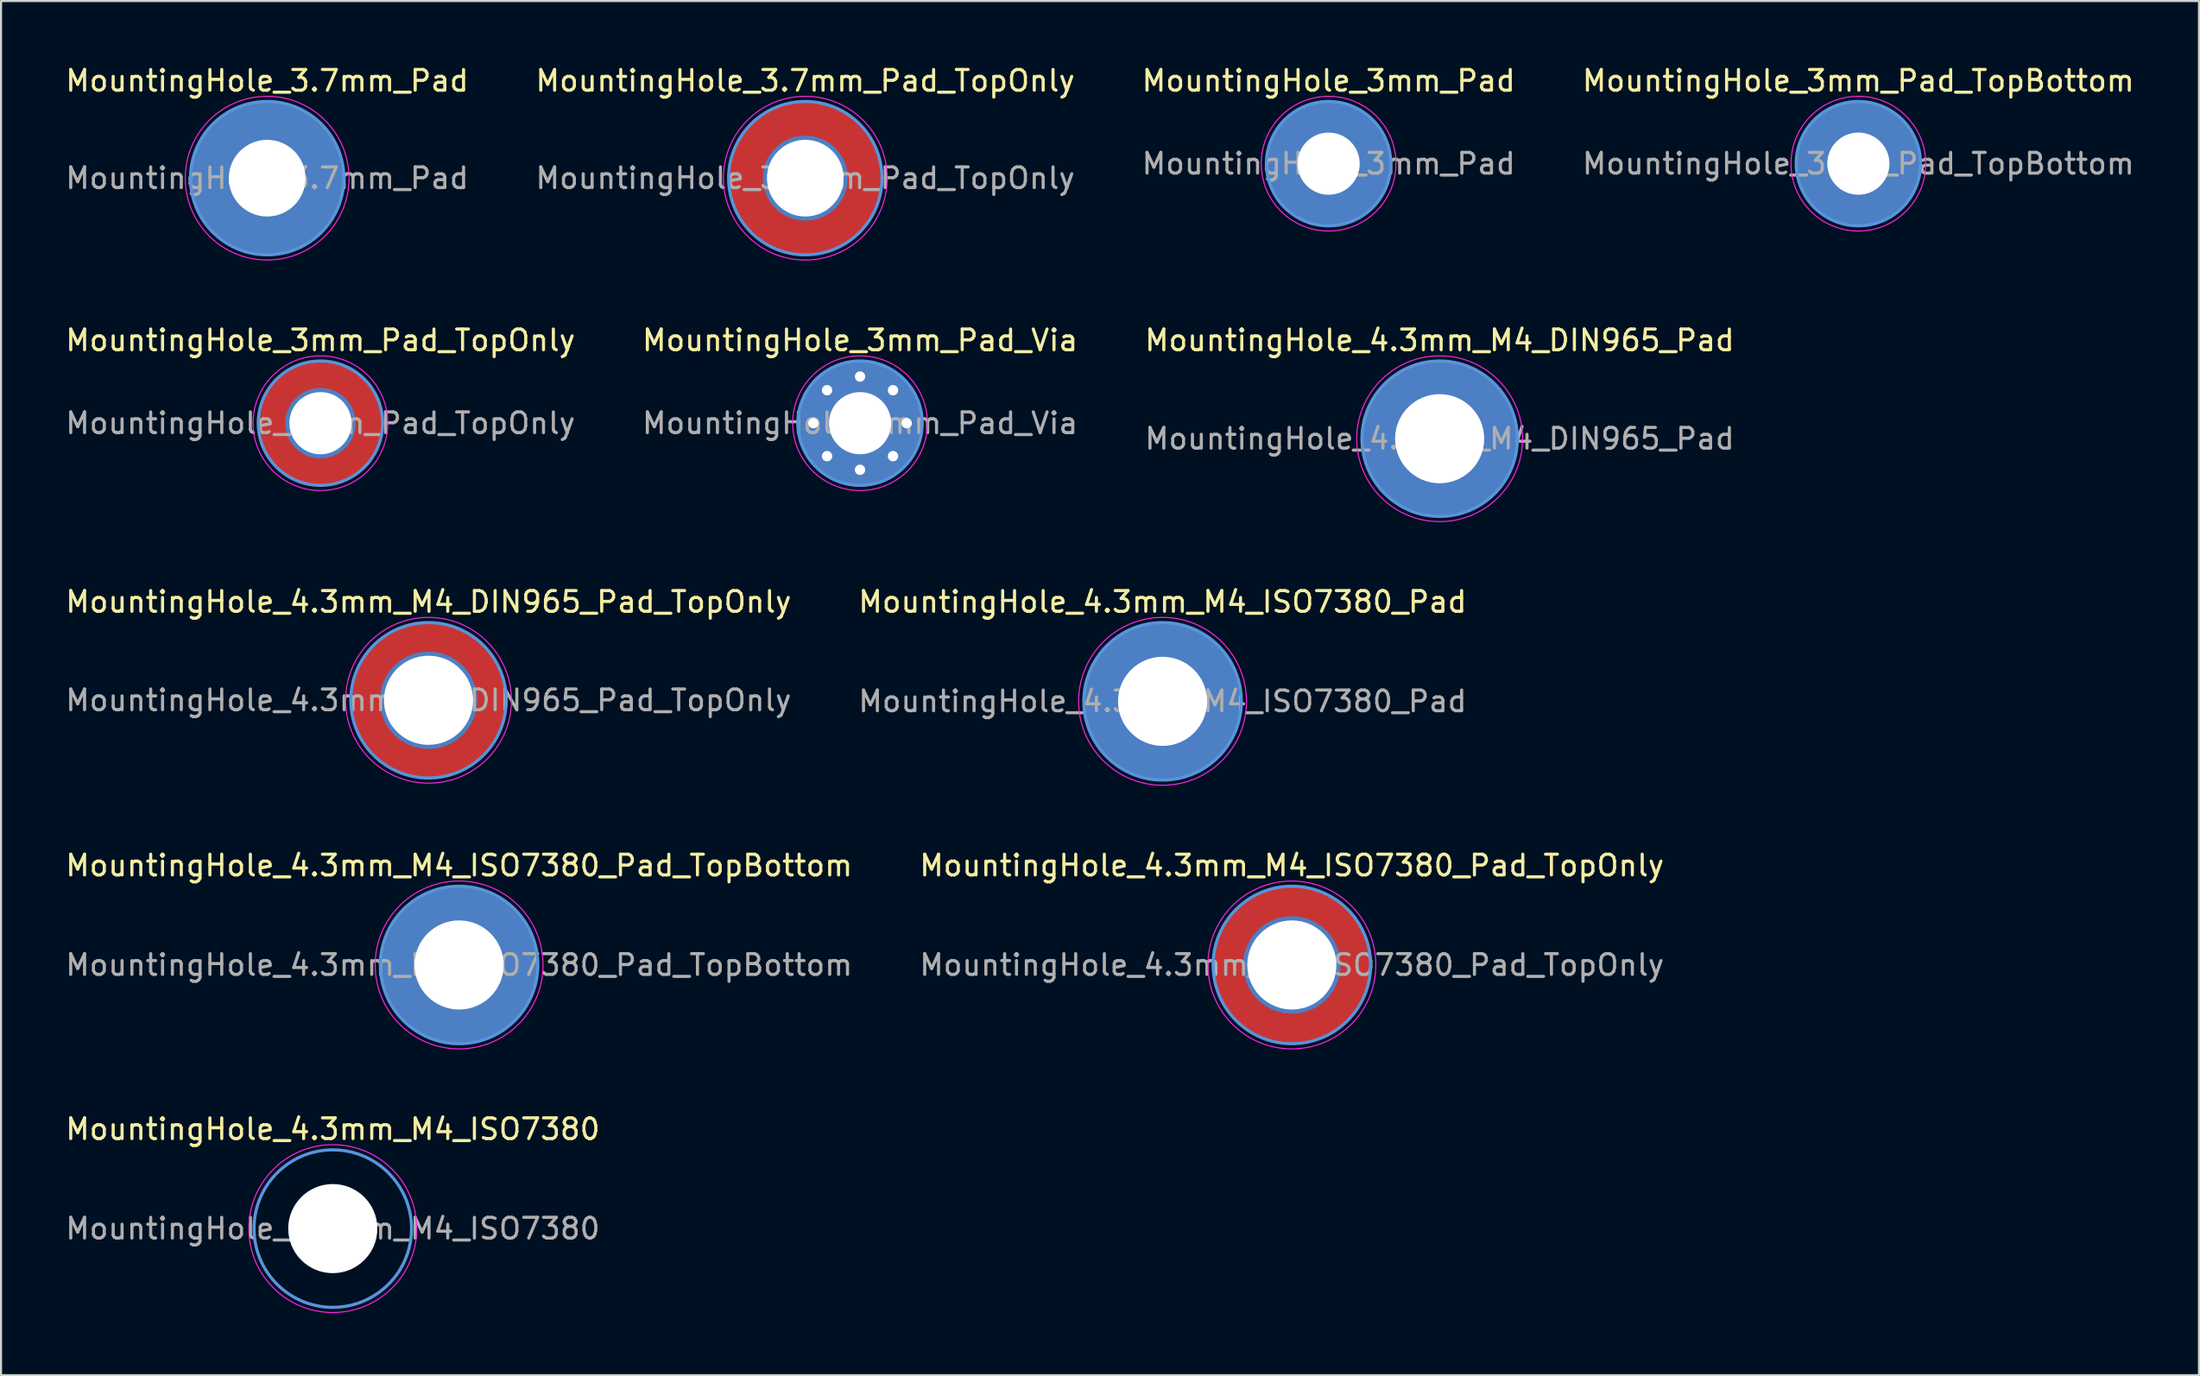
<source format=kicad_pcb>
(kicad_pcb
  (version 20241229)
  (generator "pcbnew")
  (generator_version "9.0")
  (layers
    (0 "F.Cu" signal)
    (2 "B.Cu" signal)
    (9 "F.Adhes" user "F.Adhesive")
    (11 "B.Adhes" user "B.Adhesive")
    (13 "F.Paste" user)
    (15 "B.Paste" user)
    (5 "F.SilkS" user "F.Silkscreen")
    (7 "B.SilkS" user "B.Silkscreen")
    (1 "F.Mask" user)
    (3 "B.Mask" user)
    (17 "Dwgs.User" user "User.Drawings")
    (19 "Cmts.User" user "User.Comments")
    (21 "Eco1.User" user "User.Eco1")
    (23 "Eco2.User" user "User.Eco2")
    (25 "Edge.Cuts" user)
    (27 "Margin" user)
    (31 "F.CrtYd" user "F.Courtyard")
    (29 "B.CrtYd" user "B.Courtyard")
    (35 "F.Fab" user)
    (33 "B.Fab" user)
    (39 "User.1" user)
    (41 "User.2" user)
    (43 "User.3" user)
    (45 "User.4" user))
  (footprint "MountingHole_4.3mm_M4_ISO7380"
    (layer "F.Cu")
    (at 13.006 56.241)
    (property "Reference" "MountingHole_4.3mm_M4_ISO7380" (at 0 -4.8 0) (layer "F.SilkS") (effects (font (size 1 1) (thickness 0.15))))
    (attr exclude_from_pos_files exclude_from_bom)
    (fp_circle (center 0 0) (end 3.8 0) (stroke (width 0.15) (type solid)) (fill no) (layer "Cmts.User"))
    (fp_circle (center 0 0) (end 4.05 0) (stroke (width 0.05) (type solid)) (fill no) (layer "F.CrtYd"))
    (fp_text user "${REFERENCE}" (at 0 0 0) (layer "F.Fab") (effects (font (size 1 1) (thickness 0.15))))
    (pad "" np_thru_hole circle (at 0 0) (size 4.3 4.3) (drill 4.3) (layers "*.Cu" "*.Mask")))
  (footprint "MountingHole_3.7mm_Pad"
    (layer "F.Cu")
    (at 9.839 5.548)
    (property "Reference" "MountingHole_3.7mm_Pad" (at 0 -4.7 0) (layer "F.SilkS") (effects (font (size 1 1) (thickness 0.15))))
    (attr exclude_from_pos_files exclude_from_bom)
    (fp_circle (center 0 0) (end 3.7 0) (stroke (width 0.15) (type solid)) (fill no) (layer "Cmts.User"))
    (fp_circle (center 0 0) (end 3.95 0) (stroke (width 0.05) (type solid)) (fill no) (layer "F.CrtYd"))
    (fp_text user "${REFERENCE}" (at 0 0 0) (layer "F.Fab") (effects (font (size 1 1) (thickness 0.15))))
    (pad "1" thru_hole circle (at 0 0) (size 7.4 7.4) (drill 3.7) (layers "*.Cu" "*.Mask")))
  (footprint "MountingHole_4.3mm_M4_DIN965_Pad_TopOnly"
    (layer "F.Cu")
    (at 17.625 30.745)
    (property "Reference" "MountingHole_4.3mm_M4_DIN965_Pad_TopOnly" (at 0 -4.75 0) (layer "F.SilkS") (effects (font (size 1 1) (thickness 0.15))))
    (attr exclude_from_pos_files exclude_from_bom)
    (fp_circle (center 0 0) (end 3.75 0) (stroke (width 0.15) (type solid)) (fill no) (layer "Cmts.User"))
    (fp_circle (center 0 0) (end 4 0) (stroke (width 0.05) (type solid)) (fill no) (layer "F.CrtYd"))
    (fp_text user "${REFERENCE}" (at 0 0 0) (layer "F.Fab") (effects (font (size 1 1) (thickness 0.15))))
    (pad "1" thru_hole circle (at 0 0) (size 4.7 4.7) (drill 4.3) (layers "*.Cu" "*.Mask"))
    (pad "1" connect circle (at 0 0) (size 7.5 7.5) (layers "F.Cu" "F.Mask")))
  (footprint "MountingHole_4.3mm_M4_ISO7380_Pad_TopOnly"
    (layer "F.Cu")
    (at 59.28 43.518)
    (property "Reference" "MountingHole_4.3mm_M4_ISO7380_Pad_TopOnly" (at 0 -4.8 0) (layer "F.SilkS") (effects (font (size 1 1) (thickness 0.15))))
    (attr exclude_from_pos_files exclude_from_bom)
    (fp_circle (center 0 0) (end 3.8 0) (stroke (width 0.15) (type solid)) (fill no) (layer "Cmts.User"))
    (fp_circle (center 0 0) (end 4.05 0) (stroke (width 0.05) (type solid)) (fill no) (layer "F.CrtYd"))
    (fp_text user "${REFERENCE}" (at 0 0 0) (layer "F.Fab") (effects (font (size 1 1) (thickness 0.15))))
    (pad "1" thru_hole circle (at 0 0) (size 4.7 4.7) (drill 4.3) (layers "*.Cu" "*.Mask"))
    (pad "1" connect circle (at 0 0) (size 7.6 7.6) (layers "F.Cu" "F.Mask")))
  (footprint "MountingHole_3mm_Pad"
    (layer "F.Cu")
    (at 61.054 4.848)
    (property "Reference" "MountingHole_3mm_Pad" (at 0 -4 0) (layer "F.SilkS") (effects (font (size 1 1) (thickness 0.15))))
    (attr exclude_from_pos_files exclude_from_bom)
    (fp_circle (center 0 0) (end 3 0) (stroke (width 0.15) (type solid)) (fill no) (layer "Cmts.User"))
    (fp_circle (center 0 0) (end 3.25 0) (stroke (width 0.05) (type solid)) (fill no) (layer "F.CrtYd"))
    (fp_text user "${REFERENCE}" (at 0 0 0) (layer "F.Fab") (effects (font (size 1 1) (thickness 0.15))))
    (pad "1" thru_hole circle (at 0 0) (size 6 6) (drill 3) (layers "*.Cu" "*.Mask")))
  (footprint "MountingHole_3.7mm_Pad_TopOnly"
    (layer "F.Cu")
    (at 35.804 5.548)
    (property "Reference" "MountingHole_3.7mm_Pad_TopOnly" (at 0 -4.7 0) (layer "F.SilkS") (effects (font (size 1 1) (thickness 0.15))))
    (attr exclude_from_pos_files exclude_from_bom)
    (fp_circle (center 0 0) (end 3.7 0) (stroke (width 0.15) (type solid)) (fill no) (layer "Cmts.User"))
    (fp_circle (center 0 0) (end 3.95 0) (stroke (width 0.05) (type solid)) (fill no) (layer "F.CrtYd"))
    (fp_text user "${REFERENCE}" (at 0 0 0) (layer "F.Fab") (effects (font (size 1 1) (thickness 0.15))))
    (pad "1" thru_hole circle (at 0 0) (size 4.1 4.1) (drill 3.7) (layers "*.Cu" "*.Mask"))
    (pad "1" connect circle (at 0 0) (size 7.4 7.4) (layers "F.Cu" "F.Mask")))
  (footprint "MountingHole_3mm_Pad_Via"
    (layer "F.Cu")
    (at 38.446 17.372)
    (property "Reference" "MountingHole_3mm_Pad_Via" (at 0 -4 0) (layer "F.SilkS") (effects (font (size 1 1) (thickness 0.15))))
    (attr exclude_from_pos_files exclude_from_bom)
    (fp_circle (center 0 0) (end 3 0) (stroke (width 0.15) (type solid)) (fill no) (layer "Cmts.User"))
    (fp_circle (center 0 0) (end 3.25 0) (stroke (width 0.05) (type solid)) (fill no) (layer "F.CrtYd"))
    (fp_text user "${REFERENCE}" (at 0 0 0) (layer "F.Fab") (effects (font (size 1 1) (thickness 0.15))))
    (pad "1" thru_hole circle (at -2.25 0) (size 0.8 0.8) (drill 0.5) (layers "*.Cu" "*.Mask"))
    (pad "1" thru_hole circle (at -1.591 -1.591) (size 0.8 0.8) (drill 0.5) (layers "*.Cu" "*.Mask"))
    (pad "1" thru_hole circle (at -1.591 1.591) (size 0.8 0.8) (drill 0.5) (layers "*.Cu" "*.Mask"))
    (pad "1" thru_hole circle (at 0 -2.25) (size 0.8 0.8) (drill 0.5) (layers "*.Cu" "*.Mask"))
    (pad "1" thru_hole circle (at 0 0) (size 6 6) (drill 3) (layers "*.Cu" "*.Mask"))
    (pad "1" thru_hole circle (at 0 2.25) (size 0.8 0.8) (drill 0.5) (layers "*.Cu" "*.Mask"))
    (pad "1" thru_hole circle (at 1.591 -1.591) (size 0.8 0.8) (drill 0.5) (layers "*.Cu" "*.Mask"))
    (pad "1" thru_hole circle (at 1.591 1.591) (size 0.8 0.8) (drill 0.5) (layers "*.Cu" "*.Mask"))
    (pad "1" thru_hole circle (at 2.25 0) (size 0.8 0.8) (drill 0.5) (layers "*.Cu" "*.Mask")))
  (footprint "MountingHole_4.3mm_M4_ISO7380_Pad"
    (layer "F.Cu")
    (at 53.042 30.795)
    (property "Reference" "MountingHole_4.3mm_M4_ISO7380_Pad" (at 0 -4.8 0) (layer "F.SilkS") (effects (font (size 1 1) (thickness 0.15))))
    (attr exclude_from_pos_files exclude_from_bom)
    (fp_circle (center 0 0) (end 3.8 0) (stroke (width 0.15) (type solid)) (fill no) (layer "Cmts.User"))
    (fp_circle (center 0 0) (end 4.05 0) (stroke (width 0.05) (type solid)) (fill no) (layer "F.CrtYd"))
    (fp_text user "${REFERENCE}" (at 0 0 0) (layer "F.Fab") (effects (font (size 1 1) (thickness 0.15))))
    (pad "1" thru_hole circle (at 0 0) (size 7.6 7.6) (drill 4.3) (layers "*.Cu" "*.Mask")))
  (footprint "MountingHole_3mm_Pad_TopOnly"
    (layer "F.Cu")
    (at 12.411 17.372)
    (property "Reference" "MountingHole_3mm_Pad_TopOnly" (at 0 -4 0) (layer "F.SilkS") (effects (font (size 1 1) (thickness 0.15))))
    (attr exclude_from_pos_files exclude_from_bom)
    (fp_circle (center 0 0) (end 3 0) (stroke (width 0.15) (type solid)) (fill no) (layer "Cmts.User"))
    (fp_circle (center 0 0) (end 3.25 0) (stroke (width 0.05) (type solid)) (fill no) (layer "F.CrtYd"))
    (fp_text user "${REFERENCE}" (at 0 0 0) (layer "F.Fab") (effects (font (size 1 1) (thickness 0.15))))
    (pad "1" thru_hole circle (at 0 0) (size 3.4 3.4) (drill 3) (layers "*.Cu" "*.Mask"))
    (pad "1" connect circle (at 0 0) (size 6 6) (layers "F.Cu" "F.Mask")))
  (footprint "MountingHole_4.3mm_M4_DIN965_Pad"
    (layer "F.Cu")
    (at 66.411 18.122)
    (property "Reference" "MountingHole_4.3mm_M4_DIN965_Pad" (at 0 -4.75 0) (layer "F.SilkS") (effects (font (size 1 1) (thickness 0.15))))
    (attr exclude_from_pos_files exclude_from_bom)
    (fp_circle (center 0 0) (end 3.75 0) (stroke (width 0.15) (type solid)) (fill no) (layer "Cmts.User"))
    (fp_circle (center 0 0) (end 4 0) (stroke (width 0.05) (type solid)) (fill no) (layer "F.CrtYd"))
    (fp_text user "${REFERENCE}" (at 0 0 0) (layer "F.Fab") (effects (font (size 1 1) (thickness 0.15))))
    (pad "1" thru_hole circle (at 0 0) (size 7.5 7.5) (drill 4.3) (layers "*.Cu" "*.Mask")))
  (footprint "MountingHole_4.3mm_M4_ISO7380_Pad_TopBottom"
    (layer "F.Cu")
    (at 19.101 43.518)
    (property "Reference" "MountingHole_4.3mm_M4_ISO7380_Pad_TopBottom" (at 0 -4.8 0) (layer "F.SilkS") (effects (font (size 1 1) (thickness 0.15))))
    (attr exclude_from_pos_files exclude_from_bom)
    (fp_circle (center 0 0) (end 3.8 0) (stroke (width 0.15) (type solid)) (fill no) (layer "Cmts.User"))
    (fp_circle (center 0 0) (end 4.05 0) (stroke (width 0.05) (type solid)) (fill no) (layer "F.CrtYd"))
    (fp_text user "${REFERENCE}" (at 0 0 0) (layer "F.Fab") (effects (font (size 1 1) (thickness 0.15))))
    (pad "1" thru_hole circle (at 0 0) (size 4.7 4.7) (drill 4.3) (layers "*.Cu" "*.Mask"))
    (pad "1" connect circle (at 0 0) (size 7.6 7.6) (layers "F.Cu" "F.Mask"))
    (pad "1" connect circle (at 0 0) (size 7.6 7.6) (layers "B.Cu" "B.Mask")))
  (footprint "MountingHole_3mm_Pad_TopBottom"
    (layer "F.Cu")
    (at 86.613 4.848)
    (property "Reference" "MountingHole_3mm_Pad_TopBottom" (at 0 -4 0) (layer "F.SilkS") (effects (font (size 1 1) (thickness 0.15))))
    (attr exclude_from_pos_files exclude_from_bom)
    (fp_circle (center 0 0) (end 3 0) (stroke (width 0.15) (type solid)) (fill no) (layer "Cmts.User"))
    (fp_circle (center 0 0) (end 3.25 0) (stroke (width 0.05) (type solid)) (fill no) (layer "F.CrtYd"))
    (fp_text user "${REFERENCE}" (at 0 0 0) (layer "F.Fab") (effects (font (size 1 1) (thickness 0.15))))
    (pad "1" thru_hole circle (at 0 0) (size 3.4 3.4) (drill 3) (layers "*.Cu" "*.Mask"))
    (pad "1" connect circle (at 0 0) (size 6 6) (layers "F.Cu" "F.Mask"))
    (pad "1" connect circle (at 0 0) (size 6 6) (layers "B.Cu" "B.Mask")))
  (gr_rect
    (start -3 -3)
    (end 103.048 63.316)
    (stroke (width 0.1) (type default))
    (fill no)
    (layer "Edge.Cuts")))
</source>
